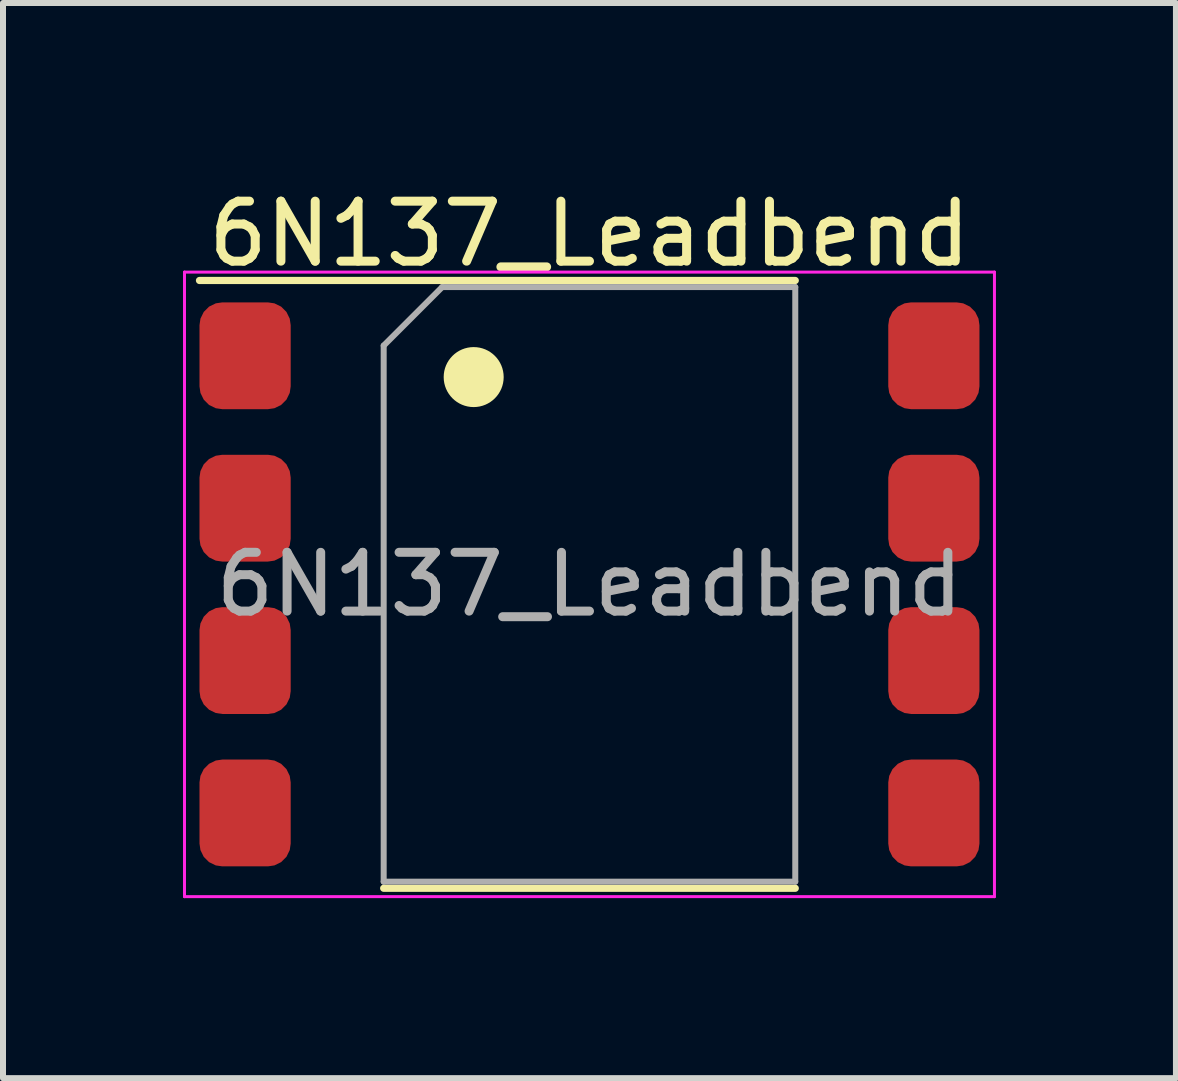
<source format=kicad_pcb>
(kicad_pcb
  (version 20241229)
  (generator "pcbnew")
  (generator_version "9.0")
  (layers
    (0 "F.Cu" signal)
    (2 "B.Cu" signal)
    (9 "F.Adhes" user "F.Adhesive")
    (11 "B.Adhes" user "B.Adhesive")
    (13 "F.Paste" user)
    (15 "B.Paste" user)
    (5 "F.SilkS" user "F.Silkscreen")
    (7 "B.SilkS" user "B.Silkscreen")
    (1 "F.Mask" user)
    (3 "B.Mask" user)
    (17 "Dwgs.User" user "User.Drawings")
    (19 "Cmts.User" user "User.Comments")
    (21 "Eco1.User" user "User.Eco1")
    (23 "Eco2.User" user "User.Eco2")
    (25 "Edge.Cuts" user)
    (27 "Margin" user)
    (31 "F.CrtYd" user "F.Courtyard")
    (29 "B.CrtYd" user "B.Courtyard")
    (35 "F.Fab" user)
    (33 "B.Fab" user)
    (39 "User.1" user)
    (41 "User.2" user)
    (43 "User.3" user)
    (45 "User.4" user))
  (footprint "6N137_Leadbend"
    (layer "F.Cu")
    (at 6.775 6.69)
    (property "Reference" "6N137_Leadbend" (at 0 -5.842 0) (unlocked yes) (layer "F.SilkS") (effects (font (size 1 1) (thickness 0.15))))
    (attr smd)
    (fp_line (start 3.43 -5.065) (end -6.5 -5.065) (stroke (width 0.12) (type solid)) (layer "F.SilkS"))
    (fp_line (start 3.43 5.065) (end -3.43 5.065) (stroke (width 0.12) (type solid)) (layer "F.SilkS"))
    (fp_circle (center -1.93 -3.455) (end -1.43 -3.455) (stroke (width 0) (type solid)) (fill yes) (layer "F.SilkS"))
    (fp_line (start -6.75 -5.205) (end -6.75 5.205) (stroke (width 0.05) (type solid)) (layer "F.CrtYd"))
    (fp_line (start -6.75 5.205) (end 6.75 5.205) (stroke (width 0.05) (type solid)) (layer "F.CrtYd"))
    (fp_line (start 6.75 -5.205) (end -6.75 -5.205) (stroke (width 0.05) (type solid)) (layer "F.CrtYd"))
    (fp_line (start 6.75 5.205) (end 6.75 -5.205) (stroke (width 0.05) (type solid)) (layer "F.CrtYd"))
    (fp_line (start -3.43 -3.98) (end -3.43 4.955) (stroke (width 0.1) (type solid)) (layer "F.Fab"))
    (fp_line (start -3.43 -3.98) (end -2.455 -4.955) (stroke (width 0.1) (type solid)) (layer "F.Fab"))
    (fp_line (start -2.455 -4.955) (end 3.43 -4.955) (stroke (width 0.1) (type solid)) (layer "F.Fab"))
    (fp_line (start 3.43 -4.955) (end 3.43 4.955) (stroke (width 0.1) (type solid)) (layer "F.Fab"))
    (fp_line (start 3.43 4.955) (end -3.43 4.955) (stroke (width 0.1) (type solid)) (layer "F.Fab"))
    (fp_text user "${REFERENCE}" (at 0 0 0) (layer "F.Fab") (effects (font (size 0.98 0.98) (thickness 0.15))))
    (pad "1" smd roundrect (at -5.74 -3.81) (size 1.52 1.78) (layers "F.Cu" "F.Mask" "F.Paste") (roundrect_rratio 0.25))
    (pad "2" smd roundrect (at -5.74 -1.27) (size 1.52 1.78) (layers "F.Cu" "F.Mask" "F.Paste") (roundrect_rratio 0.25))
    (pad "3" smd roundrect (at -5.74 1.27) (size 1.52 1.78) (layers "F.Cu" "F.Mask" "F.Paste") (roundrect_rratio 0.25))
    (pad "4" smd roundrect (at -5.74 3.81) (size 1.52 1.78) (layers "F.Cu" "F.Mask" "F.Paste") (roundrect_rratio 0.25))
    (pad "5" smd roundrect (at 5.74 3.81) (size 1.52 1.78) (layers "F.Cu" "F.Mask" "F.Paste") (roundrect_rratio 0.25))
    (pad "6" smd roundrect (at 5.74 1.27) (size 1.52 1.78) (layers "F.Cu" "F.Mask" "F.Paste") (roundrect_rratio 0.25))
    (pad "7" smd roundrect (at 5.74 -1.27) (size 1.52 1.78) (layers "F.Cu" "F.Mask" "F.Paste") (roundrect_rratio 0.25))
    (pad "8" smd roundrect (at 5.74 -3.81) (size 1.52 1.78) (layers "F.Cu" "F.Mask" "F.Paste") (roundrect_rratio 0.25)))
  (gr_rect
    (start -3 -3)
    (end 16.55 14.92)
    (stroke (width 0.1) (type default))
    (fill no)
    (layer "Edge.Cuts")))
</source>
